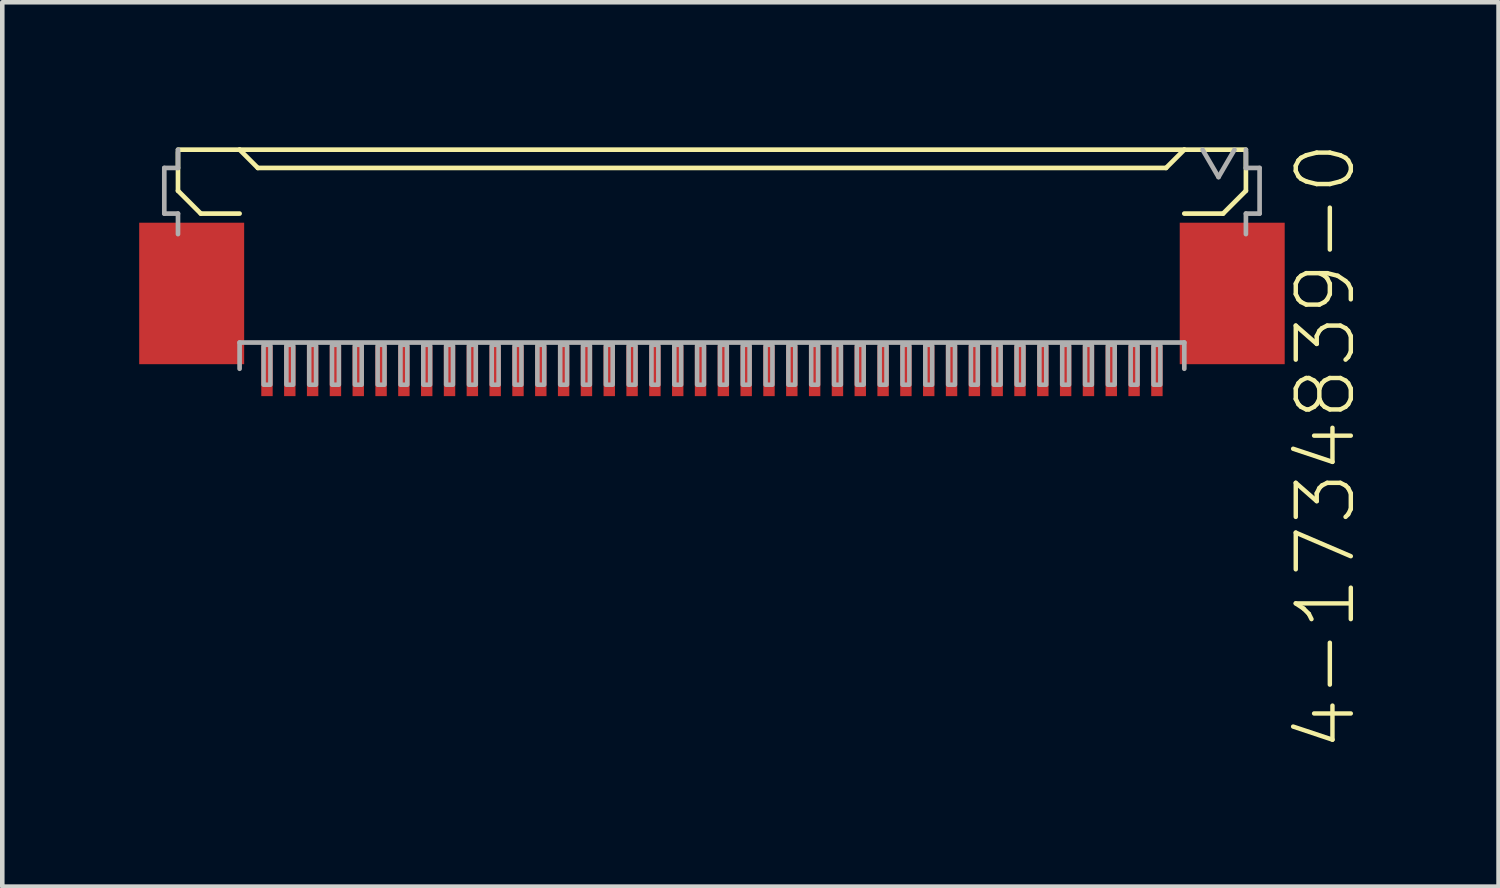
<source format=kicad_pcb>
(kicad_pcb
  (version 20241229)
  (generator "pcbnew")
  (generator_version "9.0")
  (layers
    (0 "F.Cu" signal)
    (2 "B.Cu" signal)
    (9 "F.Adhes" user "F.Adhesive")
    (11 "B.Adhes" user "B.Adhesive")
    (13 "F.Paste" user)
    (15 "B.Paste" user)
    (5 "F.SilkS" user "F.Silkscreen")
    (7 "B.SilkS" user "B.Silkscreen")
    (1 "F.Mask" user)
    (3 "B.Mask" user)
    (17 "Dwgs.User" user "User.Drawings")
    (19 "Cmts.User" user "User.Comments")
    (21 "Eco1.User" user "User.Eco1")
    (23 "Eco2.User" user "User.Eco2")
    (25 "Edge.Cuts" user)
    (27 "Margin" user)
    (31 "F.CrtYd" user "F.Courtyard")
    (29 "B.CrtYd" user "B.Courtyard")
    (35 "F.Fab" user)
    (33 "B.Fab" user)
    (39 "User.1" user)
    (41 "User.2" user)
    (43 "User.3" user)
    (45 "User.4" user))
  (footprint "4-1734839-0"
    (layer "F.Cu")
    (at 12.55 2.54)
    (property "Reference" "4-1734839-0" (at 12.74 -2.54 90) (layer "F.SilkS") (effects (font (size 1.206 1.206) (thickness 0.097)) (justify right top)))
    (attr through_hole)
    (fp_poly (pts (xy -9.9 1.965) (xy -9.9 3.115) (xy -9.6 3.115) (xy -9.6 1.965)) (stroke (width 0) (type solid)) (fill yes) (layer "F.Mask"))
    (fp_poly (pts (xy -9.4 1.965) (xy -9.4 3.115) (xy -9.1 3.115) (xy -9.1 1.965)) (stroke (width 0) (type solid)) (fill yes) (layer "F.Mask"))
    (fp_poly (pts (xy -8.9 1.965) (xy -8.9 3.115) (xy -8.6 3.115) (xy -8.6 1.965)) (stroke (width 0) (type solid)) (fill yes) (layer "F.Mask"))
    (fp_poly (pts (xy -8.4 1.965) (xy -8.4 3.115) (xy -8.1 3.115) (xy -8.1 1.965)) (stroke (width 0) (type solid)) (fill yes) (layer "F.Mask"))
    (fp_poly (pts (xy -7.9 1.965) (xy -7.9 3.115) (xy -7.6 3.115) (xy -7.6 1.965)) (stroke (width 0) (type solid)) (fill yes) (layer "F.Mask"))
    (fp_poly (pts (xy -7.4 1.965) (xy -7.4 3.115) (xy -7.1 3.115) (xy -7.1 1.965)) (stroke (width 0) (type solid)) (fill yes) (layer "F.Mask"))
    (fp_poly (pts (xy -6.9 1.965) (xy -6.9 3.115) (xy -6.6 3.115) (xy -6.6 1.965)) (stroke (width 0) (type solid)) (fill yes) (layer "F.Mask"))
    (fp_poly (pts (xy -6.4 1.965) (xy -6.4 3.115) (xy -6.1 3.115) (xy -6.1 1.965)) (stroke (width 0) (type solid)) (fill yes) (layer "F.Mask"))
    (fp_poly (pts (xy -5.9 1.965) (xy -5.9 3.115) (xy -5.6 3.115) (xy -5.6 1.965)) (stroke (width 0) (type solid)) (fill yes) (layer "F.Mask"))
    (fp_poly (pts (xy -5.4 1.965) (xy -5.4 3.115) (xy -5.1 3.115) (xy -5.1 1.965)) (stroke (width 0) (type solid)) (fill yes) (layer "F.Mask"))
    (fp_poly (pts (xy -4.9 1.965) (xy -4.9 3.115) (xy -4.6 3.115) (xy -4.6 1.965)) (stroke (width 0) (type solid)) (fill yes) (layer "F.Mask"))
    (fp_poly (pts (xy -4.4 1.965) (xy -4.4 3.115) (xy -4.1 3.115) (xy -4.1 1.965)) (stroke (width 0) (type solid)) (fill yes) (layer "F.Mask"))
    (fp_poly (pts (xy -3.9 1.965) (xy -3.9 3.115) (xy -3.6 3.115) (xy -3.6 1.965)) (stroke (width 0) (type solid)) (fill yes) (layer "F.Mask"))
    (fp_poly (pts (xy -3.4 1.965) (xy -3.4 3.115) (xy -3.1 3.115) (xy -3.1 1.965)) (stroke (width 0) (type solid)) (fill yes) (layer "F.Mask"))
    (fp_poly (pts (xy -2.9 1.965) (xy -2.9 3.115) (xy -2.6 3.115) (xy -2.6 1.965)) (stroke (width 0) (type solid)) (fill yes) (layer "F.Mask"))
    (fp_poly (pts (xy -2.4 1.965) (xy -2.4 3.115) (xy -2.1 3.115) (xy -2.1 1.965)) (stroke (width 0) (type solid)) (fill yes) (layer "F.Mask"))
    (fp_poly (pts (xy -1.9 1.965) (xy -1.9 3.115) (xy -1.6 3.115) (xy -1.6 1.965)) (stroke (width 0) (type solid)) (fill yes) (layer "F.Mask"))
    (fp_poly (pts (xy -1.4 1.965) (xy -1.4 3.115) (xy -1.1 3.115) (xy -1.1 1.965)) (stroke (width 0) (type solid)) (fill yes) (layer "F.Mask"))
    (fp_poly (pts (xy -0.9 1.965) (xy -0.9 3.115) (xy -0.6 3.115) (xy -0.6 1.965)) (stroke (width 0) (type solid)) (fill yes) (layer "F.Mask"))
    (fp_poly (pts (xy -0.4 1.965) (xy -0.4 3.115) (xy -0.1 3.115) (xy -0.1 1.965)) (stroke (width 0) (type solid)) (fill yes) (layer "F.Mask"))
    (fp_poly (pts (xy 0.1 1.965) (xy 0.1 3.115) (xy 0.4 3.115) (xy 0.4 1.965)) (stroke (width 0) (type solid)) (fill yes) (layer "F.Mask"))
    (fp_poly (pts (xy 0.6 1.965) (xy 0.6 3.115) (xy 0.9 3.115) (xy 0.9 1.965)) (stroke (width 0) (type solid)) (fill yes) (layer "F.Mask"))
    (fp_poly (pts (xy 1.1 1.965) (xy 1.1 3.115) (xy 1.4 3.115) (xy 1.4 1.965)) (stroke (width 0) (type solid)) (fill yes) (layer "F.Mask"))
    (fp_poly (pts (xy 1.6 1.965) (xy 1.6 3.115) (xy 1.9 3.115) (xy 1.9 1.965)) (stroke (width 0) (type solid)) (fill yes) (layer "F.Mask"))
    (fp_poly (pts (xy 2.1 1.965) (xy 2.1 3.115) (xy 2.4 3.115) (xy 2.4 1.965)) (stroke (width 0) (type solid)) (fill yes) (layer "F.Mask"))
    (fp_poly (pts (xy 2.6 1.965) (xy 2.6 3.115) (xy 2.9 3.115) (xy 2.9 1.965)) (stroke (width 0) (type solid)) (fill yes) (layer "F.Mask"))
    (fp_poly (pts (xy 3.1 1.965) (xy 3.1 3.115) (xy 3.4 3.115) (xy 3.4 1.965)) (stroke (width 0) (type solid)) (fill yes) (layer "F.Mask"))
    (fp_poly (pts (xy 3.6 1.965) (xy 3.6 3.115) (xy 3.9 3.115) (xy 3.9 1.965)) (stroke (width 0) (type solid)) (fill yes) (layer "F.Mask"))
    (fp_poly (pts (xy 4.1 1.965) (xy 4.1 3.115) (xy 4.4 3.115) (xy 4.4 1.965)) (stroke (width 0) (type solid)) (fill yes) (layer "F.Mask"))
    (fp_poly (pts (xy 4.6 1.965) (xy 4.6 3.115) (xy 4.9 3.115) (xy 4.9 1.965)) (stroke (width 0) (type solid)) (fill yes) (layer "F.Mask"))
    (fp_poly (pts (xy 5.1 1.965) (xy 5.1 3.115) (xy 5.4 3.115) (xy 5.4 1.965)) (stroke (width 0) (type solid)) (fill yes) (layer "F.Mask"))
    (fp_poly (pts (xy 5.6 1.965) (xy 5.6 3.115) (xy 5.9 3.115) (xy 5.9 1.965)) (stroke (width 0) (type solid)) (fill yes) (layer "F.Mask"))
    (fp_poly (pts (xy 6.1 1.965) (xy 6.1 3.115) (xy 6.4 3.115) (xy 6.4 1.965)) (stroke (width 0) (type solid)) (fill yes) (layer "F.Mask"))
    (fp_poly (pts (xy 6.6 1.965) (xy 6.6 3.115) (xy 6.9 3.115) (xy 6.9 1.965)) (stroke (width 0) (type solid)) (fill yes) (layer "F.Mask"))
    (fp_poly (pts (xy 7.1 1.965) (xy 7.1 3.115) (xy 7.4 3.115) (xy 7.4 1.965)) (stroke (width 0) (type solid)) (fill yes) (layer "F.Mask"))
    (fp_poly (pts (xy 7.6 1.965) (xy 7.6 3.115) (xy 7.9 3.115) (xy 7.9 1.965)) (stroke (width 0) (type solid)) (fill yes) (layer "F.Mask"))
    (fp_poly (pts (xy 8.1 1.965) (xy 8.1 3.115) (xy 8.4 3.115) (xy 8.4 1.965)) (stroke (width 0) (type solid)) (fill yes) (layer "F.Mask"))
    (fp_poly (pts (xy 8.6 1.965) (xy 8.6 3.115) (xy 8.9 3.115) (xy 8.9 1.965)) (stroke (width 0) (type solid)) (fill yes) (layer "F.Mask"))
    (fp_poly (pts (xy 9.1 1.965) (xy 9.1 3.115) (xy 9.4 3.115) (xy 9.4 1.965)) (stroke (width 0) (type solid)) (fill yes) (layer "F.Mask"))
    (fp_poly (pts (xy 9.6 1.965) (xy 9.6 3.115) (xy 9.9 3.115) (xy 9.9 1.965)) (stroke (width 0) (type solid)) (fill yes) (layer "F.Mask"))
    (fp_line (start -11.7 -2.31) (end -10.35 -2.31) (stroke (width 0.102) (type solid)) (layer "F.SilkS"))
    (fp_line (start -11.7 -1.41) (end -11.7 -2.26) (stroke (width 0.102) (type solid)) (layer "F.SilkS"))
    (fp_line (start -11.2 -0.91) (end -11.7 -1.41) (stroke (width 0.102) (type solid)) (layer "F.SilkS"))
    (fp_line (start -10.35 -2.31) (end -9.95 -1.91) (stroke (width 0.102) (type solid)) (layer "F.SilkS"))
    (fp_line (start -10.35 -0.91) (end -11.2 -0.91) (stroke (width 0.102) (type solid)) (layer "F.SilkS"))
    (fp_line (start -9.95 -1.91) (end 9.95 -1.91) (stroke (width 0.102) (type solid)) (layer "F.SilkS"))
    (fp_line (start 9.95 -1.91) (end 10.35 -2.31) (stroke (width 0.102) (type solid)) (layer "F.SilkS"))
    (fp_line (start 10.35 -2.31) (end -10.35 -2.31) (stroke (width 0.102) (type solid)) (layer "F.SilkS"))
    (fp_line (start 10.35 -2.31) (end 11.7 -2.31) (stroke (width 0.102) (type solid)) (layer "F.SilkS"))
    (fp_line (start 10.35 -0.91) (end 11.2 -0.91) (stroke (width 0.102) (type solid)) (layer "F.SilkS"))
    (fp_line (start 11.2 -0.91) (end 11.7 -1.41) (stroke (width 0.102) (type solid)) (layer "F.SilkS"))
    (fp_line (start 11.7 -1.41) (end 11.7 -2.26) (stroke (width 0.102) (type solid)) (layer "F.SilkS"))
    (fp_line (start -12 -1.91) (end -11.7 -1.91) (stroke (width 0.102) (type solid)) (layer "F.Fab"))
    (fp_line (start -12 -0.91) (end -12 -1.91) (stroke (width 0.102) (type solid)) (layer "F.Fab"))
    (fp_line (start -11.7 -1.91) (end -11.7 -2.31) (stroke (width 0.102) (type solid)) (layer "F.Fab"))
    (fp_line (start -11.7 -0.91) (end -12 -0.91) (stroke (width 0.102) (type solid)) (layer "F.Fab"))
    (fp_line (start -11.7 -0.46) (end -11.7 -0.91) (stroke (width 0.102) (type solid)) (layer "F.Fab"))
    (fp_line (start -10.35 1.915) (end -10.35 2.49) (stroke (width 0.102) (type solid)) (layer "F.Fab"))
    (fp_line (start 10.35 1.915) (end -10.35 1.915) (stroke (width 0.102) (type solid)) (layer "F.Fab"))
    (fp_line (start 10.35 2.49) (end 10.35 1.915) (stroke (width 0.102) (type solid)) (layer "F.Fab"))
    (fp_line (start 11.1 -1.71) (end 10.75 -2.31) (stroke (width 0.102) (type solid)) (layer "F.Fab"))
    (fp_line (start 11.45 -2.31) (end 11.1 -1.71) (stroke (width 0.102) (type solid)) (layer "F.Fab"))
    (fp_line (start 11.7 -2.31) (end 11.7 -1.91) (stroke (width 0.102) (type solid)) (layer "F.Fab"))
    (fp_line (start 11.7 -1.91) (end 12 -1.91) (stroke (width 0.102) (type solid)) (layer "F.Fab"))
    (fp_line (start 11.7 -0.91) (end 11.7 -0.46) (stroke (width 0.102) (type solid)) (layer "F.Fab"))
    (fp_line (start 12 -1.91) (end 12 -0.91) (stroke (width 0.102) (type solid)) (layer "F.Fab"))
    (fp_line (start 12 -0.91) (end 11.7 -0.91) (stroke (width 0.102) (type solid)) (layer "F.Fab"))
    (fp_poly (pts (xy -9.825 1.965) (xy -9.825 2.84) (xy -9.675 2.84) (xy -9.675 1.965)) (stroke (width 0.1) (type solid)) (fill no) (layer "F.Fab"))
    (fp_poly (pts (xy -9.325 1.965) (xy -9.325 2.84) (xy -9.175 2.84) (xy -9.175 1.965)) (stroke (width 0.1) (type solid)) (fill no) (layer "F.Fab"))
    (fp_poly (pts (xy -8.825 1.965) (xy -8.825 2.84) (xy -8.675 2.84) (xy -8.675 1.965)) (stroke (width 0.1) (type solid)) (fill no) (layer "F.Fab"))
    (fp_poly (pts (xy -8.325 1.965) (xy -8.325 2.84) (xy -8.175 2.84) (xy -8.175 1.965)) (stroke (width 0.1) (type solid)) (fill no) (layer "F.Fab"))
    (fp_poly (pts (xy -7.825 1.965) (xy -7.825 2.84) (xy -7.675 2.84) (xy -7.675 1.965)) (stroke (width 0.1) (type solid)) (fill no) (layer "F.Fab"))
    (fp_poly (pts (xy -7.325 1.965) (xy -7.325 2.84) (xy -7.175 2.84) (xy -7.175 1.965)) (stroke (width 0.1) (type solid)) (fill no) (layer "F.Fab"))
    (fp_poly (pts (xy -6.825 1.965) (xy -6.825 2.84) (xy -6.675 2.84) (xy -6.675 1.965)) (stroke (width 0.1) (type solid)) (fill no) (layer "F.Fab"))
    (fp_poly (pts (xy -6.325 1.965) (xy -6.325 2.84) (xy -6.175 2.84) (xy -6.175 1.965)) (stroke (width 0.1) (type solid)) (fill no) (layer "F.Fab"))
    (fp_poly (pts (xy -5.825 1.965) (xy -5.825 2.84) (xy -5.675 2.84) (xy -5.675 1.965)) (stroke (width 0.1) (type solid)) (fill no) (layer "F.Fab"))
    (fp_poly (pts (xy -5.325 1.965) (xy -5.325 2.84) (xy -5.175 2.84) (xy -5.175 1.965)) (stroke (width 0.1) (type solid)) (fill no) (layer "F.Fab"))
    (fp_poly (pts (xy -4.825 1.965) (xy -4.825 2.84) (xy -4.675 2.84) (xy -4.675 1.965)) (stroke (width 0.1) (type solid)) (fill no) (layer "F.Fab"))
    (fp_poly (pts (xy -4.325 1.965) (xy -4.325 2.84) (xy -4.175 2.84) (xy -4.175 1.965)) (stroke (width 0.1) (type solid)) (fill no) (layer "F.Fab"))
    (fp_poly (pts (xy -3.825 1.965) (xy -3.825 2.84) (xy -3.675 2.84) (xy -3.675 1.965)) (stroke (width 0.1) (type solid)) (fill no) (layer "F.Fab"))
    (fp_poly (pts (xy -3.325 1.965) (xy -3.325 2.84) (xy -3.175 2.84) (xy -3.175 1.965)) (stroke (width 0.1) (type solid)) (fill no) (layer "F.Fab"))
    (fp_poly (pts (xy -2.825 1.965) (xy -2.825 2.84) (xy -2.675 2.84) (xy -2.675 1.965)) (stroke (width 0.1) (type solid)) (fill no) (layer "F.Fab"))
    (fp_poly (pts (xy -2.325 1.965) (xy -2.325 2.84) (xy -2.175 2.84) (xy -2.175 1.965)) (stroke (width 0.1) (type solid)) (fill no) (layer "F.Fab"))
    (fp_poly (pts (xy -1.825 1.965) (xy -1.825 2.84) (xy -1.675 2.84) (xy -1.675 1.965)) (stroke (width 0.1) (type solid)) (fill no) (layer "F.Fab"))
    (fp_poly (pts (xy -1.325 1.965) (xy -1.325 2.84) (xy -1.175 2.84) (xy -1.175 1.965)) (stroke (width 0.1) (type solid)) (fill no) (layer "F.Fab"))
    (fp_poly (pts (xy -0.825 1.965) (xy -0.825 2.84) (xy -0.675 2.84) (xy -0.675 1.965)) (stroke (width 0.1) (type solid)) (fill no) (layer "F.Fab"))
    (fp_poly (pts (xy -0.325 1.965) (xy -0.325 2.84) (xy -0.175 2.84) (xy -0.175 1.965)) (stroke (width 0.1) (type solid)) (fill no) (layer "F.Fab"))
    (fp_poly (pts (xy 0.175 1.965) (xy 0.175 2.84) (xy 0.325 2.84) (xy 0.325 1.965)) (stroke (width 0.1) (type solid)) (fill no) (layer "F.Fab"))
    (fp_poly (pts (xy 0.675 1.965) (xy 0.675 2.84) (xy 0.825 2.84) (xy 0.825 1.965)) (stroke (width 0.1) (type solid)) (fill no) (layer "F.Fab"))
    (fp_poly (pts (xy 1.175 1.965) (xy 1.175 2.84) (xy 1.325 2.84) (xy 1.325 1.965)) (stroke (width 0.1) (type solid)) (fill no) (layer "F.Fab"))
    (fp_poly (pts (xy 1.675 1.965) (xy 1.675 2.84) (xy 1.825 2.84) (xy 1.825 1.965)) (stroke (width 0.1) (type solid)) (fill no) (layer "F.Fab"))
    (fp_poly (pts (xy 2.175 1.965) (xy 2.175 2.84) (xy 2.325 2.84) (xy 2.325 1.965)) (stroke (width 0.1) (type solid)) (fill no) (layer "F.Fab"))
    (fp_poly (pts (xy 2.675 1.965) (xy 2.675 2.84) (xy 2.825 2.84) (xy 2.825 1.965)) (stroke (width 0.1) (type solid)) (fill no) (layer "F.Fab"))
    (fp_poly (pts (xy 3.175 1.965) (xy 3.175 2.84) (xy 3.325 2.84) (xy 3.325 1.965)) (stroke (width 0.1) (type solid)) (fill no) (layer "F.Fab"))
    (fp_poly (pts (xy 3.675 1.965) (xy 3.675 2.84) (xy 3.825 2.84) (xy 3.825 1.965)) (stroke (width 0.1) (type solid)) (fill no) (layer "F.Fab"))
    (fp_poly (pts (xy 4.175 1.965) (xy 4.175 2.84) (xy 4.325 2.84) (xy 4.325 1.965)) (stroke (width 0.1) (type solid)) (fill no) (layer "F.Fab"))
    (fp_poly (pts (xy 4.675 1.965) (xy 4.675 2.84) (xy 4.825 2.84) (xy 4.825 1.965)) (stroke (width 0.1) (type solid)) (fill no) (layer "F.Fab"))
    (fp_poly (pts (xy 5.175 1.965) (xy 5.175 2.84) (xy 5.325 2.84) (xy 5.325 1.965)) (stroke (width 0.1) (type solid)) (fill no) (layer "F.Fab"))
    (fp_poly (pts (xy 5.675 1.965) (xy 5.675 2.84) (xy 5.825 2.84) (xy 5.825 1.965)) (stroke (width 0.1) (type solid)) (fill no) (layer "F.Fab"))
    (fp_poly (pts (xy 6.175 1.965) (xy 6.175 2.84) (xy 6.325 2.84) (xy 6.325 1.965)) (stroke (width 0.1) (type solid)) (fill no) (layer "F.Fab"))
    (fp_poly (pts (xy 6.675 1.965) (xy 6.675 2.84) (xy 6.825 2.84) (xy 6.825 1.965)) (stroke (width 0.1) (type solid)) (fill no) (layer "F.Fab"))
    (fp_poly (pts (xy 7.175 1.965) (xy 7.175 2.84) (xy 7.325 2.84) (xy 7.325 1.965)) (stroke (width 0.1) (type solid)) (fill no) (layer "F.Fab"))
    (fp_poly (pts (xy 7.675 1.965) (xy 7.675 2.84) (xy 7.825 2.84) (xy 7.825 1.965)) (stroke (width 0.1) (type solid)) (fill no) (layer "F.Fab"))
    (fp_poly (pts (xy 8.175 1.965) (xy 8.175 2.84) (xy 8.325 2.84) (xy 8.325 1.965)) (stroke (width 0.1) (type solid)) (fill no) (layer "F.Fab"))
    (fp_poly (pts (xy 8.675 1.965) (xy 8.675 2.84) (xy 8.825 2.84) (xy 8.825 1.965)) (stroke (width 0.1) (type solid)) (fill no) (layer "F.Fab"))
    (fp_poly (pts (xy 9.175 1.965) (xy 9.175 2.84) (xy 9.325 2.84) (xy 9.325 1.965)) (stroke (width 0.1) (type solid)) (fill no) (layer "F.Fab"))
    (fp_poly (pts (xy 9.675 1.965) (xy 9.675 2.84) (xy 9.825 2.84) (xy 9.825 1.965)) (stroke (width 0.1) (type solid)) (fill no) (layer "F.Fab"))
    (pad "1" smd rect (at -9.75 2.54 90) (size 1.1 0.25) (layers "F.Cu" "F.Mask" "F.Paste"))
    (pad "2" smd rect (at -9.25 2.54 90) (size 1.1 0.25) (layers "F.Cu" "F.Mask" "F.Paste"))
    (pad "3" smd rect (at -8.75 2.54 90) (size 1.1 0.25) (layers "F.Cu" "F.Mask" "F.Paste"))
    (pad "4" smd rect (at -8.25 2.54 90) (size 1.1 0.25) (layers "F.Cu" "F.Mask" "F.Paste"))
    (pad "5" smd rect (at -7.75 2.54 90) (size 1.1 0.25) (layers "F.Cu" "F.Mask" "F.Paste"))
    (pad "6" smd rect (at -7.25 2.54 90) (size 1.1 0.25) (layers "F.Cu" "F.Mask" "F.Paste"))
    (pad "7" smd rect (at -6.75 2.54 90) (size 1.1 0.25) (layers "F.Cu" "F.Mask" "F.Paste"))
    (pad "8" smd rect (at -6.25 2.54 90) (size 1.1 0.25) (layers "F.Cu" "F.Mask" "F.Paste"))
    (pad "9" smd rect (at -5.75 2.54 90) (size 1.1 0.25) (layers "F.Cu" "F.Mask" "F.Paste"))
    (pad "10" smd rect (at -5.25 2.54 90) (size 1.1 0.25) (layers "F.Cu" "F.Mask" "F.Paste"))
    (pad "11" smd rect (at -4.75 2.54 90) (size 1.1 0.25) (layers "F.Cu" "F.Mask" "F.Paste"))
    (pad "12" smd rect (at -4.25 2.54 90) (size 1.1 0.25) (layers "F.Cu" "F.Mask" "F.Paste"))
    (pad "13" smd rect (at -3.75 2.54 90) (size 1.1 0.25) (layers "F.Cu" "F.Mask" "F.Paste"))
    (pad "14" smd rect (at -3.25 2.54 90) (size 1.1 0.25) (layers "F.Cu" "F.Mask" "F.Paste"))
    (pad "15" smd rect (at -2.75 2.54 90) (size 1.1 0.25) (layers "F.Cu" "F.Mask" "F.Paste"))
    (pad "16" smd rect (at -2.25 2.54 90) (size 1.1 0.25) (layers "F.Cu" "F.Mask" "F.Paste"))
    (pad "17" smd rect (at -1.75 2.54 90) (size 1.1 0.25) (layers "F.Cu" "F.Mask" "F.Paste"))
    (pad "18" smd rect (at -1.25 2.54 90) (size 1.1 0.25) (layers "F.Cu" "F.Mask" "F.Paste"))
    (pad "19" smd rect (at -0.75 2.54 90) (size 1.1 0.25) (layers "F.Cu" "F.Mask" "F.Paste"))
    (pad "20" smd rect (at -0.25 2.54 90) (size 1.1 0.25) (layers "F.Cu" "F.Mask" "F.Paste"))
    (pad "21" smd rect (at 0.25 2.54 90) (size 1.1 0.25) (layers "F.Cu" "F.Mask" "F.Paste"))
    (pad "22" smd rect (at 0.75 2.54 90) (size 1.1 0.25) (layers "F.Cu" "F.Mask" "F.Paste"))
    (pad "23" smd rect (at 1.25 2.54 90) (size 1.1 0.25) (layers "F.Cu" "F.Mask" "F.Paste"))
    (pad "24" smd rect (at 1.75 2.54 90) (size 1.1 0.25) (layers "F.Cu" "F.Mask" "F.Paste"))
    (pad "25" smd rect (at 2.25 2.54 90) (size 1.1 0.25) (layers "F.Cu" "F.Mask" "F.Paste"))
    (pad "26" smd rect (at 2.75 2.54 90) (size 1.1 0.25) (layers "F.Cu" "F.Mask" "F.Paste"))
    (pad "27" smd rect (at 3.25 2.54 90) (size 1.1 0.25) (layers "F.Cu" "F.Mask" "F.Paste"))
    (pad "28" smd rect (at 3.75 2.54 90) (size 1.1 0.25) (layers "F.Cu" "F.Mask" "F.Paste"))
    (pad "29" smd rect (at 4.25 2.54 90) (size 1.1 0.25) (layers "F.Cu" "F.Mask" "F.Paste"))
    (pad "30" smd rect (at 4.75 2.54 90) (size 1.1 0.25) (layers "F.Cu" "F.Mask" "F.Paste"))
    (pad "31" smd rect (at 5.25 2.54 90) (size 1.1 0.25) (layers "F.Cu" "F.Mask" "F.Paste"))
    (pad "32" smd rect (at 5.75 2.54 90) (size 1.1 0.25) (layers "F.Cu" "F.Mask" "F.Paste"))
    (pad "33" smd rect (at 6.25 2.54 90) (size 1.1 0.25) (layers "F.Cu" "F.Mask" "F.Paste"))
    (pad "34" smd rect (at 6.75 2.54 90) (size 1.1 0.25) (layers "F.Cu" "F.Mask" "F.Paste"))
    (pad "35" smd rect (at 7.25 2.54 90) (size 1.1 0.25) (layers "F.Cu" "F.Mask" "F.Paste"))
    (pad "36" smd rect (at 7.75 2.54 90) (size 1.1 0.25) (layers "F.Cu" "F.Mask" "F.Paste"))
    (pad "37" smd rect (at 8.25 2.54 90) (size 1.1 0.25) (layers "F.Cu" "F.Mask" "F.Paste"))
    (pad "38" smd rect (at 8.75 2.54 90) (size 1.1 0.25) (layers "F.Cu" "F.Mask" "F.Paste"))
    (pad "39" smd rect (at 9.25 2.54 90) (size 1.1 0.25) (layers "F.Cu" "F.Mask" "F.Paste"))
    (pad "40" smd rect (at 9.75 2.54 90) (size 1.1 0.25) (layers "F.Cu" "F.Mask" "F.Paste"))
    (pad "M1" smd rect (at 11.4 0.84 270) (size 3.1 2.3) (layers "F.Cu" "F.Mask" "F.Paste"))
    (pad "M2" smd rect (at -11.4 0.84 270) (size 3.1 2.3) (layers "F.Cu" "F.Mask" "F.Paste")))
  (gr_rect
    (start -3 -3)
    (end 29.786 16.377)
    (stroke (width 0.1) (type default))
    (fill no)
    (layer "Edge.Cuts")))
</source>
